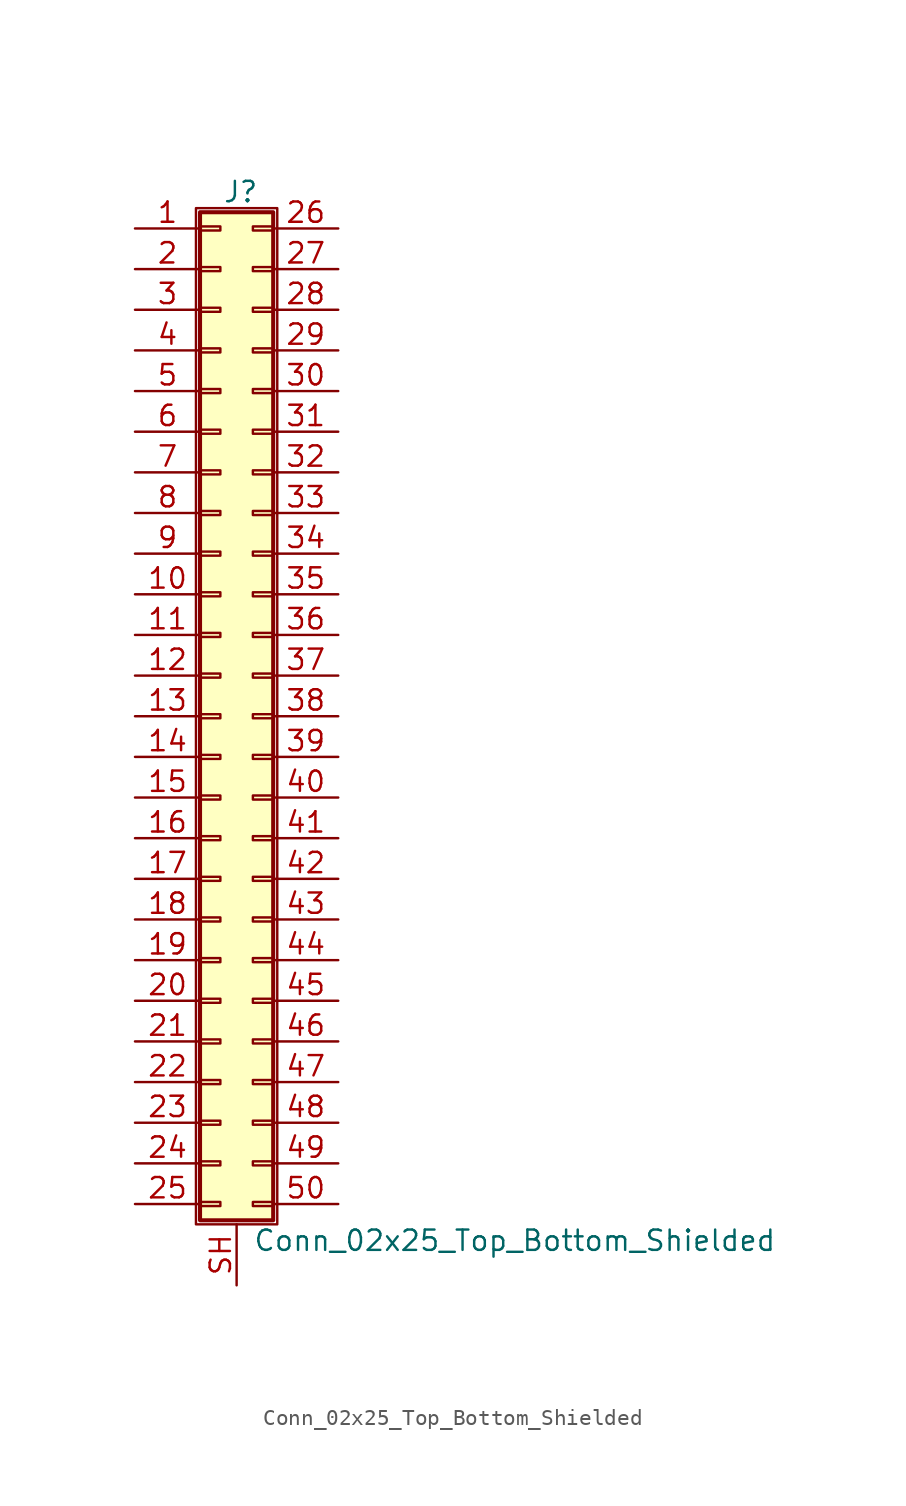
<source format=kicad_sym>
(kicad_symbol_lib
  (version 20201005)
  (generator kicad_symbol_editor)
  (symbol "Conn_02x25_Top_Bottom_Shielded"
    (pin_names
      (offset 1.016) hide)
    (property "Reference" "J"
      (at 1.524 32.766 0)
      (effects (font (size 1.27 1.27))))
    (property "Value" "Conn_02x25_Top_Bottom_Shielded"
      (at 2.286 -32.766 0)
      (effects (font (size 1.27 1.27)) (justify left)))
    (symbol "Conn_02x25_Top_Bottom_Shielded_1_1"
      (rectangle (start -1.27 31.75) (end 3.81 -31.75) (stroke (width 0.152)) (fill (type none)))
      (rectangle (start -1.016 -30.353) (end 0.254 -30.607) (stroke (width 0.152)) (fill (type none)))
      (rectangle (start -1.016 -27.813) (end 0.254 -28.067) (stroke (width 0.152)) (fill (type none)))
      (rectangle (start -1.016 -25.273) (end 0.254 -25.527) (stroke (width 0.152)) (fill (type none)))
      (rectangle (start -1.016 -22.733) (end 0.254 -22.987) (stroke (width 0.152)) (fill (type none)))
      (rectangle (start -1.016 -20.193) (end 0.254 -20.447) (stroke (width 0.152)) (fill (type none)))
      (rectangle (start -1.016 -17.653) (end 0.254 -17.907) (stroke (width 0.152)) (fill (type none)))
      (rectangle (start -1.016 -15.113) (end 0.254 -15.367) (stroke (width 0.152)) (fill (type none)))
      (rectangle (start -1.016 -12.573) (end 0.254 -12.827) (stroke (width 0.152)) (fill (type none)))
      (rectangle (start -1.016 -10.033) (end 0.254 -10.287) (stroke (width 0.152)) (fill (type none)))
      (rectangle (start -1.016 -7.493) (end 0.254 -7.747) (stroke (width 0.152)) (fill (type none)))
      (rectangle (start -1.016 -4.953) (end 0.254 -5.207) (stroke (width 0.152)) (fill (type none)))
      (rectangle (start -1.016 -2.413) (end 0.254 -2.667) (stroke (width 0.152)) (fill (type none)))
      (rectangle (start -1.016 0.127) (end 0.254 -0.127) (stroke (width 0.152)) (fill (type none)))
      (rectangle (start -1.016 2.667) (end 0.254 2.413) (stroke (width 0.152)) (fill (type none)))
      (rectangle (start -1.016 5.207) (end 0.254 4.953) (stroke (width 0.152)) (fill (type none)))
      (rectangle (start -1.016 7.747) (end 0.254 7.493) (stroke (width 0.152)) (fill (type none)))
      (rectangle (start -1.016 10.287) (end 0.254 10.033) (stroke (width 0.152)) (fill (type none)))
      (rectangle (start -1.016 12.827) (end 0.254 12.573) (stroke (width 0.152)) (fill (type none)))
      (rectangle (start -1.016 15.367) (end 0.254 15.113) (stroke (width 0.152)) (fill (type none)))
      (rectangle (start -1.016 17.907) (end 0.254 17.653) (stroke (width 0.152)) (fill (type none)))
      (rectangle (start -1.016 20.447) (end 0.254 20.193) (stroke (width 0.152)) (fill (type none)))
      (rectangle (start -1.016 22.987) (end 0.254 22.733) (stroke (width 0.152)) (fill (type none)))
      (rectangle (start -1.016 25.527) (end 0.254 25.273) (stroke (width 0.152)) (fill (type none)))
      (rectangle (start -1.016 28.067) (end 0.254 27.813) (stroke (width 0.152)) (fill (type none)))
      (rectangle (start -1.016 30.607) (end 0.254 30.353) (stroke (width 0.152)) (fill (type none)))
      (rectangle (start 3.556 -30.353) (end 2.286 -30.607) (stroke (width 0.152)) (fill (type none)))
      (rectangle (start 3.556 -27.813) (end 2.286 -28.067) (stroke (width 0.152)) (fill (type none)))
      (rectangle (start 3.556 -25.273) (end 2.286 -25.527) (stroke (width 0.152)) (fill (type none)))
      (rectangle (start 3.556 -22.733) (end 2.286 -22.987) (stroke (width 0.152)) (fill (type none)))
      (rectangle (start 3.556 -20.193) (end 2.286 -20.447) (stroke (width 0.152)) (fill (type none)))
      (rectangle (start 3.556 -17.653) (end 2.286 -17.907) (stroke (width 0.152)) (fill (type none)))
      (rectangle (start 3.556 -15.113) (end 2.286 -15.367) (stroke (width 0.152)) (fill (type none)))
      (rectangle (start 3.556 -12.573) (end 2.286 -12.827) (stroke (width 0.152)) (fill (type none)))
      (rectangle (start 3.556 -10.033) (end 2.286 -10.287) (stroke (width 0.152)) (fill (type none)))
      (rectangle (start 3.556 -7.493) (end 2.286 -7.747) (stroke (width 0.152)) (fill (type none)))
      (rectangle (start 3.556 -4.953) (end 2.286 -5.207) (stroke (width 0.152)) (fill (type none)))
      (rectangle (start 3.556 -2.413) (end 2.286 -2.667) (stroke (width 0.152)) (fill (type none)))
      (rectangle (start 3.556 0.127) (end 2.286 -0.127) (stroke (width 0.152)) (fill (type none)))
      (rectangle (start 3.556 2.667) (end 2.286 2.413) (stroke (width 0.152)) (fill (type none)))
      (rectangle (start 3.556 5.207) (end 2.286 4.953) (stroke (width 0.152)) (fill (type none)))
      (rectangle (start 3.556 7.747) (end 2.286 7.493) (stroke (width 0.152)) (fill (type none)))
      (rectangle (start 3.556 10.287) (end 2.286 10.033) (stroke (width 0.152)) (fill (type none)))
      (rectangle (start 3.556 12.827) (end 2.286 12.573) (stroke (width 0.152)) (fill (type none)))
      (rectangle (start 3.556 15.367) (end 2.286 15.113) (stroke (width 0.152)) (fill (type none)))
      (rectangle (start 3.556 17.907) (end 2.286 17.653) (stroke (width 0.152)) (fill (type none)))
      (rectangle (start 3.556 20.447) (end 2.286 20.193) (stroke (width 0.152)) (fill (type none)))
      (rectangle (start 3.556 22.987) (end 2.286 22.733) (stroke (width 0.152)) (fill (type none)))
      (rectangle (start 3.556 25.527) (end 2.286 25.273) (stroke (width 0.152)) (fill (type none)))
      (rectangle (start 3.556 28.067) (end 2.286 27.813) (stroke (width 0.152)) (fill (type none)))
      (rectangle (start 3.556 30.607) (end 2.286 30.353) (stroke (width 0.152)) (fill (type none)))
      (rectangle (start -1.016 31.496) (end 3.556 -31.496) (stroke (width 0.254)) (fill (type background)))
      (pin passive line (at -5.08 30.48 0) (length 4.064) (name "Pin_1" (effects (font (size 1.27 1.27)))) (number "1" (effects (font (size 1.27 1.27)))))
      (pin passive line (at -5.08 7.62 0) (length 4.064) (name "Pin_10" (effects (font (size 1.27 1.27)))) (number "10" (effects (font (size 1.27 1.27)))))
      (pin passive line (at -5.08 5.08 0) (length 4.064) (name "Pin_11" (effects (font (size 1.27 1.27)))) (number "11" (effects (font (size 1.27 1.27)))))
      (pin passive line (at -5.08 2.54 0) (length 4.064) (name "Pin_12" (effects (font (size 1.27 1.27)))) (number "12" (effects (font (size 1.27 1.27)))))
      (pin passive line (at -5.08 0 0) (length 4.064) (name "Pin_13" (effects (font (size 1.27 1.27)))) (number "13" (effects (font (size 1.27 1.27)))))
      (pin passive line (at -5.08 -2.54 0) (length 4.064) (name "Pin_14" (effects (font (size 1.27 1.27)))) (number "14" (effects (font (size 1.27 1.27)))))
      (pin passive line (at -5.08 -5.08 0) (length 4.064) (name "Pin_15" (effects (font (size 1.27 1.27)))) (number "15" (effects (font (size 1.27 1.27)))))
      (pin passive line (at -5.08 -7.62 0) (length 4.064) (name "Pin_16" (effects (font (size 1.27 1.27)))) (number "16" (effects (font (size 1.27 1.27)))))
      (pin passive line (at -5.08 -10.16 0) (length 4.064) (name "Pin_17" (effects (font (size 1.27 1.27)))) (number "17" (effects (font (size 1.27 1.27)))))
      (pin passive line (at -5.08 -12.7 0) (length 4.064) (name "Pin_18" (effects (font (size 1.27 1.27)))) (number "18" (effects (font (size 1.27 1.27)))))
      (pin passive line (at -5.08 -15.24 0) (length 4.064) (name "Pin_19" (effects (font (size 1.27 1.27)))) (number "19" (effects (font (size 1.27 1.27)))))
      (pin passive line (at -5.08 27.94 0) (length 4.064) (name "Pin_2" (effects (font (size 1.27 1.27)))) (number "2" (effects (font (size 1.27 1.27)))))
      (pin passive line (at -5.08 -17.78 0) (length 4.064) (name "Pin_20" (effects (font (size 1.27 1.27)))) (number "20" (effects (font (size 1.27 1.27)))))
      (pin passive line (at -5.08 -20.32 0) (length 4.064) (name "Pin_21" (effects (font (size 1.27 1.27)))) (number "21" (effects (font (size 1.27 1.27)))))
      (pin passive line (at -5.08 -22.86 0) (length 4.064) (name "Pin_22" (effects (font (size 1.27 1.27)))) (number "22" (effects (font (size 1.27 1.27)))))
      (pin passive line (at -5.08 -25.4 0) (length 4.064) (name "Pin_23" (effects (font (size 1.27 1.27)))) (number "23" (effects (font (size 1.27 1.27)))))
      (pin passive line (at -5.08 -27.94 0) (length 4.064) (name "Pin_24" (effects (font (size 1.27 1.27)))) (number "24" (effects (font (size 1.27 1.27)))))
      (pin passive line (at -5.08 -30.48 0) (length 4.064) (name "Pin_25" (effects (font (size 1.27 1.27)))) (number "25" (effects (font (size 1.27 1.27)))))
      (pin passive line (at 7.62 30.48 180) (length 4.064) (name "Pin_26" (effects (font (size 1.27 1.27)))) (number "26" (effects (font (size 1.27 1.27)))))
      (pin passive line (at 7.62 27.94 180) (length 4.064) (name "Pin_27" (effects (font (size 1.27 1.27)))) (number "27" (effects (font (size 1.27 1.27)))))
      (pin passive line (at 7.62 25.4 180) (length 4.064) (name "Pin_28" (effects (font (size 1.27 1.27)))) (number "28" (effects (font (size 1.27 1.27)))))
      (pin passive line (at 7.62 22.86 180) (length 4.064) (name "Pin_29" (effects (font (size 1.27 1.27)))) (number "29" (effects (font (size 1.27 1.27)))))
      (pin passive line (at -5.08 25.4 0) (length 4.064) (name "Pin_3" (effects (font (size 1.27 1.27)))) (number "3" (effects (font (size 1.27 1.27)))))
      (pin passive line (at 7.62 20.32 180) (length 4.064) (name "Pin_30" (effects (font (size 1.27 1.27)))) (number "30" (effects (font (size 1.27 1.27)))))
      (pin passive line (at 7.62 17.78 180) (length 4.064) (name "Pin_31" (effects (font (size 1.27 1.27)))) (number "31" (effects (font (size 1.27 1.27)))))
      (pin passive line (at 7.62 15.24 180) (length 4.064) (name "Pin_32" (effects (font (size 1.27 1.27)))) (number "32" (effects (font (size 1.27 1.27)))))
      (pin passive line (at 7.62 12.7 180) (length 4.064) (name "Pin_33" (effects (font (size 1.27 1.27)))) (number "33" (effects (font (size 1.27 1.27)))))
      (pin passive line (at 7.62 10.16 180) (length 4.064) (name "Pin_34" (effects (font (size 1.27 1.27)))) (number "34" (effects (font (size 1.27 1.27)))))
      (pin passive line (at 7.62 7.62 180) (length 4.064) (name "Pin_35" (effects (font (size 1.27 1.27)))) (number "35" (effects (font (size 1.27 1.27)))))
      (pin passive line (at 7.62 5.08 180) (length 4.064) (name "Pin_36" (effects (font (size 1.27 1.27)))) (number "36" (effects (font (size 1.27 1.27)))))
      (pin passive line (at 7.62 2.54 180) (length 4.064) (name "Pin_37" (effects (font (size 1.27 1.27)))) (number "37" (effects (font (size 1.27 1.27)))))
      (pin passive line (at 7.62 0 180) (length 4.064) (name "Pin_38" (effects (font (size 1.27 1.27)))) (number "38" (effects (font (size 1.27 1.27)))))
      (pin passive line (at 7.62 -2.54 180) (length 4.064) (name "Pin_39" (effects (font (size 1.27 1.27)))) (number "39" (effects (font (size 1.27 1.27)))))
      (pin passive line (at -5.08 22.86 0) (length 4.064) (name "Pin_4" (effects (font (size 1.27 1.27)))) (number "4" (effects (font (size 1.27 1.27)))))
      (pin passive line (at 7.62 -5.08 180) (length 4.064) (name "Pin_40" (effects (font (size 1.27 1.27)))) (number "40" (effects (font (size 1.27 1.27)))))
      (pin passive line (at 7.62 -7.62 180) (length 4.064) (name "Pin_41" (effects (font (size 1.27 1.27)))) (number "41" (effects (font (size 1.27 1.27)))))
      (pin passive line (at 7.62 -10.16 180) (length 4.064) (name "Pin_42" (effects (font (size 1.27 1.27)))) (number "42" (effects (font (size 1.27 1.27)))))
      (pin passive line (at 7.62 -12.7 180) (length 4.064) (name "Pin_43" (effects (font (size 1.27 1.27)))) (number "43" (effects (font (size 1.27 1.27)))))
      (pin passive line (at 7.62 -15.24 180) (length 4.064) (name "Pin_44" (effects (font (size 1.27 1.27)))) (number "44" (effects (font (size 1.27 1.27)))))
      (pin passive line (at 7.62 -17.78 180) (length 4.064) (name "Pin_45" (effects (font (size 1.27 1.27)))) (number "45" (effects (font (size 1.27 1.27)))))
      (pin passive line (at 7.62 -20.32 180) (length 4.064) (name "Pin_46" (effects (font (size 1.27 1.27)))) (number "46" (effects (font (size 1.27 1.27)))))
      (pin passive line (at 7.62 -22.86 180) (length 4.064) (name "Pin_47" (effects (font (size 1.27 1.27)))) (number "47" (effects (font (size 1.27 1.27)))))
      (pin passive line (at 7.62 -25.4 180) (length 4.064) (name "Pin_48" (effects (font (size 1.27 1.27)))) (number "48" (effects (font (size 1.27 1.27)))))
      (pin passive line (at 7.62 -27.94 180) (length 4.064) (name "Pin_49" (effects (font (size 1.27 1.27)))) (number "49" (effects (font (size 1.27 1.27)))))
      (pin passive line (at -5.08 20.32 0) (length 4.064) (name "Pin_5" (effects (font (size 1.27 1.27)))) (number "5" (effects (font (size 1.27 1.27)))))
      (pin passive line (at 7.62 -30.48 180) (length 4.064) (name "Pin_50" (effects (font (size 1.27 1.27)))) (number "50" (effects (font (size 1.27 1.27)))))
      (pin passive line (at -5.08 17.78 0) (length 4.064) (name "Pin_6" (effects (font (size 1.27 1.27)))) (number "6" (effects (font (size 1.27 1.27)))))
      (pin passive line (at -5.08 15.24 0) (length 4.064) (name "Pin_7" (effects (font (size 1.27 1.27)))) (number "7" (effects (font (size 1.27 1.27)))))
      (pin passive line (at -5.08 12.7 0) (length 4.064) (name "Pin_8" (effects (font (size 1.27 1.27)))) (number "8" (effects (font (size 1.27 1.27)))))
      (pin passive line (at -5.08 10.16 0) (length 4.064) (name "Pin_9" (effects (font (size 1.27 1.27)))) (number "9" (effects (font (size 1.27 1.27)))))
      (pin passive line (at 1.27 -35.56 90) (length 3.81) (name "Shield" (effects (font (size 1.27 1.27)))) (number "SH" (effects (font (size 1.27 1.27))))))))
</source>
